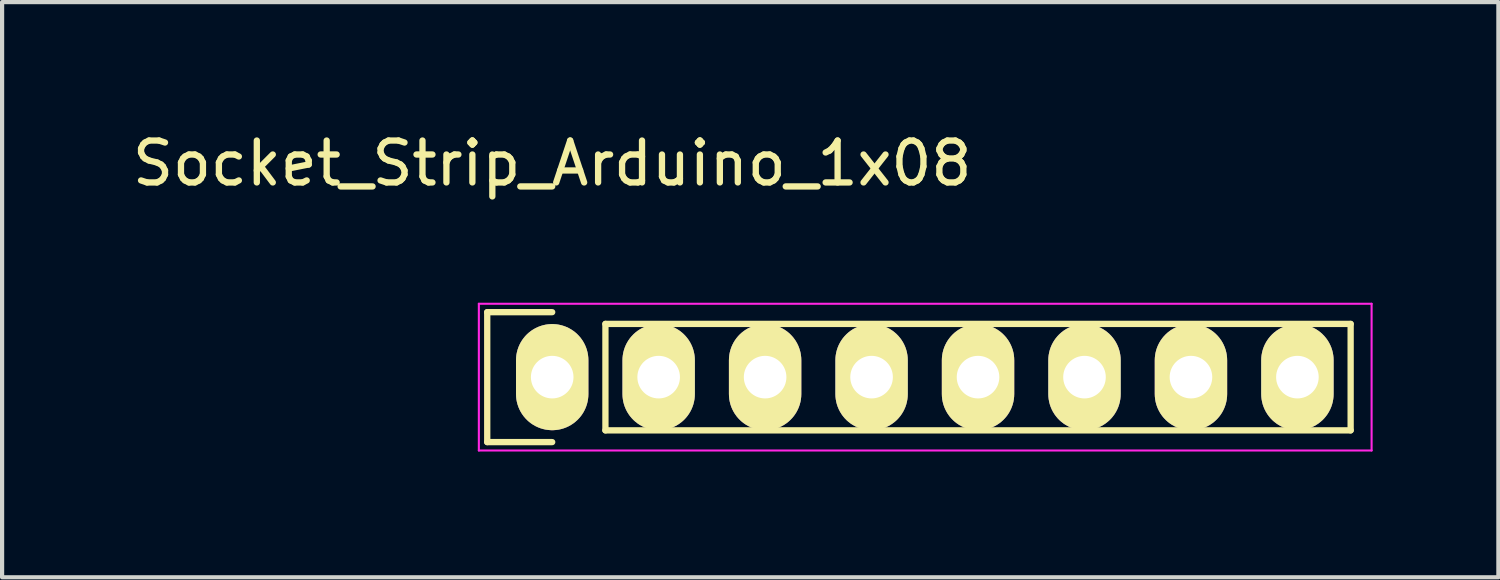
<source format=kicad_pcb>
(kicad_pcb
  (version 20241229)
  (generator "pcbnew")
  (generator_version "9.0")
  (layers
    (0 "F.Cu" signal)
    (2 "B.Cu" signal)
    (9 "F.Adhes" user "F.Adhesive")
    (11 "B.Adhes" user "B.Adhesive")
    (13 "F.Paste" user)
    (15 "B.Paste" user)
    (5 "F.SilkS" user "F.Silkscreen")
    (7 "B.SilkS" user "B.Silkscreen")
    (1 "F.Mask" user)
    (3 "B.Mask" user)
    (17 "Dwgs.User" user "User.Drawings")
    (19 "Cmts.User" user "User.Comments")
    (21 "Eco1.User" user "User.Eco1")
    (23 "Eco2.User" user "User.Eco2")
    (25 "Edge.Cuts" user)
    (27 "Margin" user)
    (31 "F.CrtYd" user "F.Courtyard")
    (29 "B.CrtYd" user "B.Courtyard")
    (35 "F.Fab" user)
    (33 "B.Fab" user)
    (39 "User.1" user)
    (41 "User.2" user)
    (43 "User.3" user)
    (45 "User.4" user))
  (footprint "Socket_Strip_Arduino_1x08"
    (layer "F.Cu")
    (at 10.125 5.948)
    (property "Reference" "Socket_Strip_Arduino_1x08" (at 0 -5.1 0) (layer "F.SilkS") (effects (font (size 1 1) (thickness 0.15))))
    (attr through_hole)
    (fp_line (start -1.55 -1.55) (end -1.55 1.55) (stroke (width 0.15) (type solid)) (layer "F.SilkS"))
    (fp_line (start -1.55 1.55) (end 0 1.55) (stroke (width 0.15) (type solid)) (layer "F.SilkS"))
    (fp_line (start 0 -1.55) (end -1.55 -1.55) (stroke (width 0.15) (type solid)) (layer "F.SilkS"))
    (fp_line (start 1.27 1.27) (end 1.27 -1.27) (stroke (width 0.15) (type solid)) (layer "F.SilkS"))
    (fp_line (start 1.27 1.27) (end 19.05 1.27) (stroke (width 0.15) (type solid)) (layer "F.SilkS"))
    (fp_line (start 19.05 -1.27) (end 1.27 -1.27) (stroke (width 0.15) (type solid)) (layer "F.SilkS"))
    (fp_line (start 19.05 1.27) (end 19.05 -1.27) (stroke (width 0.15) (type solid)) (layer "F.SilkS"))
    (fp_line (start -1.75 -1.75) (end -1.75 1.75) (stroke (width 0.05) (type solid)) (layer "F.CrtYd"))
    (fp_line (start -1.75 -1.75) (end 19.55 -1.75) (stroke (width 0.05) (type solid)) (layer "F.CrtYd"))
    (fp_line (start -1.75 1.75) (end 19.55 1.75) (stroke (width 0.05) (type solid)) (layer "F.CrtYd"))
    (fp_line (start 19.55 -1.75) (end 19.55 1.75) (stroke (width 0.05) (type solid)) (layer "F.CrtYd"))
    (pad "1" thru_hole oval (at 0 0) (size 1.727 2.532) (drill 1.016) (layers "*.Cu" "*.Mask" "F.SilkS"))
    (pad "2" thru_hole oval (at 2.54 0) (size 1.727 2.532) (drill 1.016) (layers "*.Cu" "*.Mask" "F.SilkS"))
    (pad "3" thru_hole oval (at 5.08 0) (size 1.727 2.532) (drill 1.016) (layers "*.Cu" "*.Mask" "F.SilkS"))
    (pad "4" thru_hole oval (at 7.62 0) (size 1.727 2.532) (drill 1.016) (layers "*.Cu" "*.Mask" "F.SilkS"))
    (pad "5" thru_hole oval (at 10.16 0) (size 1.727 2.532) (drill 1.016) (layers "*.Cu" "*.Mask" "F.SilkS"))
    (pad "6" thru_hole oval (at 12.7 0) (size 1.727 2.532) (drill 1.016) (layers "*.Cu" "*.Mask" "F.SilkS"))
    (pad "7" thru_hole oval (at 15.24 0) (size 1.727 2.532) (drill 1.016) (layers "*.Cu" "*.Mask" "F.SilkS"))
    (pad "8" thru_hole oval (at 17.78 0) (size 1.727 2.532) (drill 1.016) (layers "*.Cu" "*.Mask" "F.SilkS")))
  (gr_rect
    (start -3 -3)
    (end 32.7 10.723)
    (stroke (width 0.1) (type default))
    (fill no)
    (layer "Edge.Cuts")))
</source>
